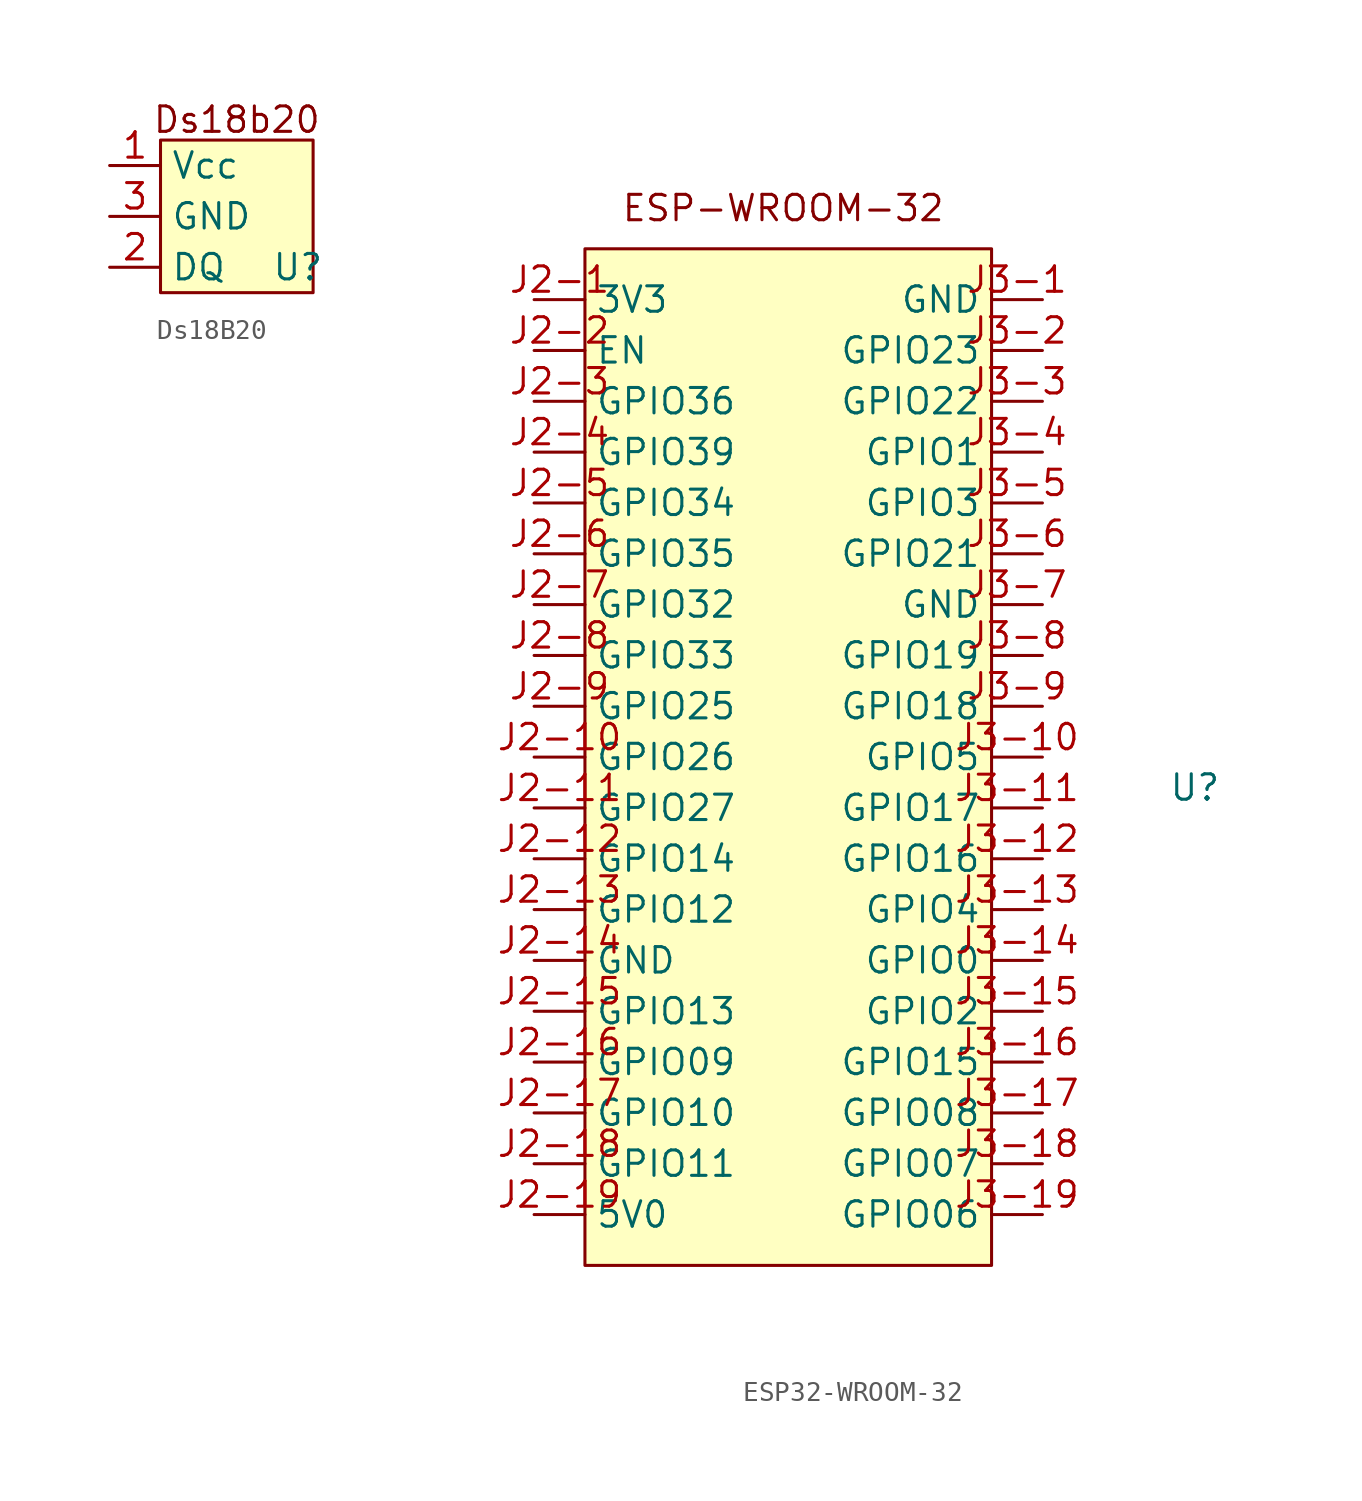
<source format=kicad_sym>
(kicad_symbol_lib
  (version 20241209)
  (generator "kicad_symbol_editor")
  (generator_version "9.0")
  (symbol "Ds18B20"
    (property "Reference" "U"
      (at 3.048 -2.54 0)
      (effects (font (size 1.27 1.27))))
    (property "Value" ""
      (at 0 0 0)
      (effects (font (size 1.27 1.27))))
    (symbol "Ds18B20_1_1"
      (rectangle (start -3.81 3.81) (end 3.81 -3.81) (stroke (width 0) (type solid)) (fill (type background)))
      (text "Ds18b20" (at 0 4.826 0) (effects (font (size 1.27 1.27))))
      (pin power_out line (at -6.35 2.54 0) (length 2.54) (name "Vcc" (effects (font (size 1.27 1.27)))) (number "1" (effects (font (size 1.27 1.27)))))
      (pin power_in line (at -6.35 0 0) (length 2.54) (name "GND" (effects (font (size 1.27 1.27)))) (number "3" (effects (font (size 1.27 1.27)))))
      (pin bidirectional line (at -6.35 -2.54 0) (length 2.54) (name "DQ" (effects (font (size 1.27 1.27)))) (number "2" (effects (font (size 1.27 1.27)))))))
  (symbol "ESP32-WROOM-32"
    (property "Reference" "U"
      (at 20.32 -1.524 0)
      (effects (font (size 1.27 1.27))))
    (property "Value" ""
      (at 0 0 0)
      (effects (font (size 1.27 1.27))))
    (symbol "ESP32-WROOM-32_1_1"
      (rectangle (start -10.16 25.4) (end 10.16 -25.4) (stroke (width 0) (type solid)) (fill (type background)))
      (text "ESP-WROOM-32" (at -0.254 27.432 0) (effects (font (size 1.27 1.27))))
      (pin power_out line (at -12.7 22.86 0) (length 2.54) (name "3V3" (effects (font (size 1.27 1.27)))) (number "J2-1" (effects (font (size 1.27 1.27)))))
      (pin input line (at -12.7 20.32 0) (length 2.54) (name "EN" (effects (font (size 1.27 1.27)))) (number "J2-2" (effects (font (size 1.27 1.27)))))
      (pin input line (at -12.7 17.78 0) (length 2.54) (name "GPIO36" (effects (font (size 1.27 1.27)))) (number "J2-3" (effects (font (size 1.27 1.27)))))
      (pin input line (at -12.7 15.24 0) (length 2.54) (name "GPIO39" (effects (font (size 1.27 1.27)))) (number "J2-4" (effects (font (size 1.27 1.27)))))
      (pin input line (at -12.7 12.7 0) (length 2.54) (name "GPIO34" (effects (font (size 1.27 1.27)))) (number "J2-5" (effects (font (size 1.27 1.27)))))
      (pin input line (at -12.7 10.16 0) (length 2.54) (name "GPIO35" (effects (font (size 1.27 1.27)))) (number "J2-6" (effects (font (size 1.27 1.27)))))
      (pin bidirectional line (at -12.7 7.62 0) (length 2.54) (name "GPIO32" (effects (font (size 1.27 1.27)))) (number "J2-7" (effects (font (size 1.27 1.27)))))
      (pin bidirectional line (at -12.7 5.08 0) (length 2.54) (name "GPIO33" (effects (font (size 1.27 1.27)))) (number "J2-8" (effects (font (size 1.27 1.27)))))
      (pin bidirectional line (at -12.7 2.54 0) (length 2.54) (name "GPIO25" (effects (font (size 1.27 1.27)))) (number "J2-9" (effects (font (size 1.27 1.27)))))
      (pin bidirectional line (at -12.7 0 0) (length 2.54) (name "GPIO26" (effects (font (size 1.27 1.27)))) (number "J2-10" (effects (font (size 1.27 1.27)))))
      (pin bidirectional line (at -12.7 -2.54 0) (length 2.54) (name "GPIO27" (effects (font (size 1.27 1.27)))) (number "J2-11" (effects (font (size 1.27 1.27)))))
      (pin bidirectional line (at -12.7 -5.08 0) (length 2.54) (name "GPIO14" (effects (font (size 1.27 1.27)))) (number "J2-12" (effects (font (size 1.27 1.27)))))
      (pin bidirectional line (at -12.7 -7.62 0) (length 2.54) (name "GPIO12" (effects (font (size 1.27 1.27)))) (number "J2-13" (effects (font (size 1.27 1.27)))))
      (pin power_in line (at -12.7 -10.16 0) (length 2.54) (name "GND" (effects (font (size 1.27 1.27)))) (number "J2-14" (effects (font (size 1.27 1.27)))))
      (pin bidirectional line (at -12.7 -12.7 0) (length 2.54) (name "GPIO13" (effects (font (size 1.27 1.27)))) (number "J2-15" (effects (font (size 1.27 1.27)))))
      (pin bidirectional line (at -12.7 -15.24 0) (length 2.54) (name "GPIO09" (effects (font (size 1.27 1.27)))) (number "J2-16" (effects (font (size 1.27 1.27)))))
      (pin bidirectional line (at -12.7 -17.78 0) (length 2.54) (name "GPIO10" (effects (font (size 1.27 1.27)))) (number "J2-17" (effects (font (size 1.27 1.27)))))
      (pin bidirectional line (at -12.7 -20.32 0) (length 2.54) (name "GPIO11" (effects (font (size 1.27 1.27)))) (number "J2-18" (effects (font (size 1.27 1.27)))))
      (pin power_out line (at -12.7 -22.86 0) (length 2.54) (name "5V0" (effects (font (size 1.27 1.27)))) (number "J2-19" (effects (font (size 1.27 1.27)))))
      (pin power_in line (at 12.7 22.86 180) (length 2.54) (name "GND" (effects (font (size 1.27 1.27)))) (number "J3-1" (effects (font (size 1.27 1.27)))))
      (pin bidirectional line (at 12.7 20.32 180) (length 2.54) (name "GPIO23" (effects (font (size 1.27 1.27)))) (number "J3-2" (effects (font (size 1.27 1.27)))))
      (pin bidirectional line (at 12.7 17.78 180) (length 2.54) (name "GPIO22" (effects (font (size 1.27 1.27)))) (number "J3-3" (effects (font (size 1.27 1.27)))))
      (pin bidirectional line (at 12.7 15.24 180) (length 2.54) (name "GPIO1" (effects (font (size 1.27 1.27)))) (number "J3-4" (effects (font (size 1.27 1.27)))))
      (pin bidirectional line (at 12.7 12.7 180) (length 2.54) (name "GPIO3" (effects (font (size 1.27 1.27)))) (number "J3-5" (effects (font (size 1.27 1.27)))))
      (pin bidirectional line (at 12.7 10.16 180) (length 2.54) (name "GPIO21" (effects (font (size 1.27 1.27)))) (number "J3-6" (effects (font (size 1.27 1.27)))))
      (pin power_in line (at 12.7 7.62 180) (length 2.54) (name "GND" (effects (font (size 1.27 1.27)))) (number "J3-7" (effects (font (size 1.27 1.27)))))
      (pin bidirectional line (at 12.7 5.08 180) (length 2.54) (name "GPIO19" (effects (font (size 1.27 1.27)))) (number "J3-8" (effects (font (size 1.27 1.27)))))
      (pin bidirectional line (at 12.7 2.54 180) (length 2.54) (name "GPIO18" (effects (font (size 1.27 1.27)))) (number "J3-9" (effects (font (size 1.27 1.27)))))
      (pin bidirectional line (at 12.7 0 180) (length 2.54) (name "GPIO5" (effects (font (size 1.27 1.27)))) (number "J3-10" (effects (font (size 1.27 1.27)))))
      (pin bidirectional line (at 12.7 -2.54 180) (length 2.54) (name "GPIO17" (effects (font (size 1.27 1.27)))) (number "J3-11" (effects (font (size 1.27 1.27)))))
      (pin bidirectional line (at 12.7 -5.08 180) (length 2.54) (name "GPIO16" (effects (font (size 1.27 1.27)))) (number "J3-12" (effects (font (size 1.27 1.27)))))
      (pin bidirectional line (at 12.7 -7.62 180) (length 2.54) (name "GPIO4" (effects (font (size 1.27 1.27)))) (number "J3-13" (effects (font (size 1.27 1.27)))))
      (pin bidirectional line (at 12.7 -10.16 180) (length 2.54) (name "GPIO0" (effects (font (size 1.27 1.27)))) (number "J3-14" (effects (font (size 1.27 1.27)))))
      (pin bidirectional line (at 12.7 -12.7 180) (length 2.54) (name "GPIO2" (effects (font (size 1.27 1.27)))) (number "J3-15" (effects (font (size 1.27 1.27)))))
      (pin bidirectional line (at 12.7 -15.24 180) (length 2.54) (name "GPIO15" (effects (font (size 1.27 1.27)))) (number "J3-16" (effects (font (size 1.27 1.27)))))
      (pin bidirectional line (at 12.7 -17.78 180) (length 2.54) (name "GPIO08" (effects (font (size 1.27 1.27)))) (number "J3-17" (effects (font (size 1.27 1.27)))))
      (pin bidirectional line (at 12.7 -20.32 180) (length 2.54) (name "GPIO07" (effects (font (size 1.27 1.27)))) (number "J3-18" (effects (font (size 1.27 1.27)))))
      (pin bidirectional line (at 12.7 -22.86 180) (length 2.54) (name "GPIO06" (effects (font (size 1.27 1.27)))) (number "J3-19" (effects (font (size 1.27 1.27))))))))
</source>
